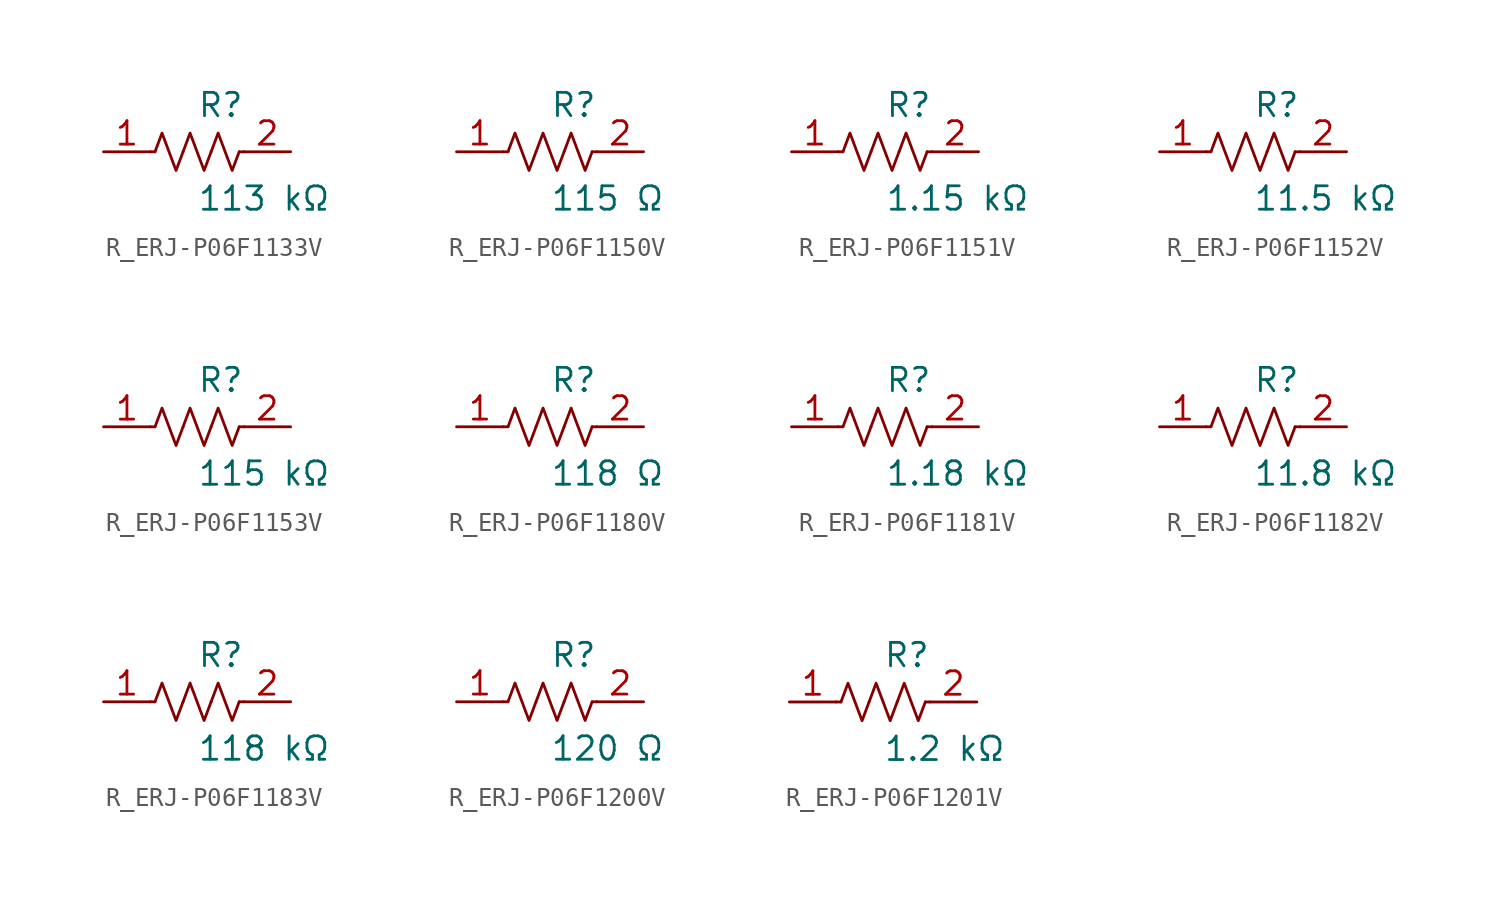
<source format=kicad_sym>
(kicad_symbol_lib
  (version 20231120)
  (generator kicad_symbol_editor)
  (generator_version 8.0)
  (symbol "R_ERJ-P06F1133V"
    (pin_names
      (offset 0.254))
    (property "Reference" "R"
      (at 0.0 2.54 0)
      (effects (font (size 1.27 1.27)) (justify left)))
    (property "Value" "113 kΩ"
      (at 0.0 -2.54 0)
      (effects (font (size 1.27 1.27)) (justify left)))
    (symbol "R_ERJ-P06F1133V_0_1"
      (polyline (pts (xy 2.286 0) (xy 2.54 0)) (stroke (width 0) (type default)) (fill (type none)))
      (polyline (pts (xy -2.286 0) (xy -2.54 0)) (stroke (width 0) (type default)) (fill (type none)))
      (polyline (pts (xy 0.762 0) (xy 1.143 1.016) (xy 1.524 0) (xy 1.905 -1.016) (xy 2.286 0)) (stroke (width 0) (type default)) (fill (type none)))
      (polyline (pts (xy -0.762 0) (xy -0.381 1.016) (xy 0 0) (xy 0.381 -1.016) (xy 0.762 0)) (stroke (width 0) (type default)) (fill (type none)))
      (polyline (pts (xy -2.286 0) (xy -1.905 1.016) (xy -1.524 0) (xy -1.143 -1.016) (xy -0.762 0)) (stroke (width 0) (type default)) (fill (type none))))
    (pin unspecified line
      (at -5.08 0 0)
      (length 2.54)
      (name "" (effects (font (size 1.27 1.27))))
      (number "1" (effects (font (size 1.27 1.27)))))
    (pin unspecified line
      (at 5.08 0 180)
      (length 2.54)
      (name "" (effects (font (size 1.27 1.27))))
      (number "2" (effects (font (size 1.27 1.27))))))
  (symbol "R_ERJ-P06F1150V"
    (pin_names
      (offset 0.254))
    (property "Reference" "R"
      (at 0.0 2.54 0)
      (effects (font (size 1.27 1.27)) (justify left)))
    (property "Value" "115 Ω"
      (at 0.0 -2.54 0)
      (effects (font (size 1.27 1.27)) (justify left)))
    (symbol "R_ERJ-P06F1150V_0_1"
      (polyline (pts (xy 2.286 0) (xy 2.54 0)) (stroke (width 0) (type default)) (fill (type none)))
      (polyline (pts (xy -2.286 0) (xy -2.54 0)) (stroke (width 0) (type default)) (fill (type none)))
      (polyline (pts (xy 0.762 0) (xy 1.143 1.016) (xy 1.524 0) (xy 1.905 -1.016) (xy 2.286 0)) (stroke (width 0) (type default)) (fill (type none)))
      (polyline (pts (xy -0.762 0) (xy -0.381 1.016) (xy 0 0) (xy 0.381 -1.016) (xy 0.762 0)) (stroke (width 0) (type default)) (fill (type none)))
      (polyline (pts (xy -2.286 0) (xy -1.905 1.016) (xy -1.524 0) (xy -1.143 -1.016) (xy -0.762 0)) (stroke (width 0) (type default)) (fill (type none))))
    (pin unspecified line
      (at -5.08 0 0)
      (length 2.54)
      (name "" (effects (font (size 1.27 1.27))))
      (number "1" (effects (font (size 1.27 1.27)))))
    (pin unspecified line
      (at 5.08 0 180)
      (length 2.54)
      (name "" (effects (font (size 1.27 1.27))))
      (number "2" (effects (font (size 1.27 1.27))))))
  (symbol "R_ERJ-P06F1151V"
    (pin_names
      (offset 0.254))
    (property "Reference" "R"
      (at 0.0 2.54 0)
      (effects (font (size 1.27 1.27)) (justify left)))
    (property "Value" "1.15 kΩ"
      (at 0.0 -2.54 0)
      (effects (font (size 1.27 1.27)) (justify left)))
    (symbol "R_ERJ-P06F1151V_0_1"
      (polyline (pts (xy 2.286 0) (xy 2.54 0)) (stroke (width 0) (type default)) (fill (type none)))
      (polyline (pts (xy -2.286 0) (xy -2.54 0)) (stroke (width 0) (type default)) (fill (type none)))
      (polyline (pts (xy 0.762 0) (xy 1.143 1.016) (xy 1.524 0) (xy 1.905 -1.016) (xy 2.286 0)) (stroke (width 0) (type default)) (fill (type none)))
      (polyline (pts (xy -0.762 0) (xy -0.381 1.016) (xy 0 0) (xy 0.381 -1.016) (xy 0.762 0)) (stroke (width 0) (type default)) (fill (type none)))
      (polyline (pts (xy -2.286 0) (xy -1.905 1.016) (xy -1.524 0) (xy -1.143 -1.016) (xy -0.762 0)) (stroke (width 0) (type default)) (fill (type none))))
    (pin unspecified line
      (at -5.08 0 0)
      (length 2.54)
      (name "" (effects (font (size 1.27 1.27))))
      (number "1" (effects (font (size 1.27 1.27)))))
    (pin unspecified line
      (at 5.08 0 180)
      (length 2.54)
      (name "" (effects (font (size 1.27 1.27))))
      (number "2" (effects (font (size 1.27 1.27))))))
  (symbol "R_ERJ-P06F1152V"
    (pin_names
      (offset 0.254))
    (property "Reference" "R"
      (at 0.0 2.54 0)
      (effects (font (size 1.27 1.27)) (justify left)))
    (property "Value" "11.5 kΩ"
      (at 0.0 -2.54 0)
      (effects (font (size 1.27 1.27)) (justify left)))
    (symbol "R_ERJ-P06F1152V_0_1"
      (polyline (pts (xy 2.286 0) (xy 2.54 0)) (stroke (width 0) (type default)) (fill (type none)))
      (polyline (pts (xy -2.286 0) (xy -2.54 0)) (stroke (width 0) (type default)) (fill (type none)))
      (polyline (pts (xy 0.762 0) (xy 1.143 1.016) (xy 1.524 0) (xy 1.905 -1.016) (xy 2.286 0)) (stroke (width 0) (type default)) (fill (type none)))
      (polyline (pts (xy -0.762 0) (xy -0.381 1.016) (xy 0 0) (xy 0.381 -1.016) (xy 0.762 0)) (stroke (width 0) (type default)) (fill (type none)))
      (polyline (pts (xy -2.286 0) (xy -1.905 1.016) (xy -1.524 0) (xy -1.143 -1.016) (xy -0.762 0)) (stroke (width 0) (type default)) (fill (type none))))
    (pin unspecified line
      (at -5.08 0 0)
      (length 2.54)
      (name "" (effects (font (size 1.27 1.27))))
      (number "1" (effects (font (size 1.27 1.27)))))
    (pin unspecified line
      (at 5.08 0 180)
      (length 2.54)
      (name "" (effects (font (size 1.27 1.27))))
      (number "2" (effects (font (size 1.27 1.27))))))
  (symbol "R_ERJ-P06F1153V"
    (pin_names
      (offset 0.254))
    (property "Reference" "R"
      (at 0.0 2.54 0)
      (effects (font (size 1.27 1.27)) (justify left)))
    (property "Value" "115 kΩ"
      (at 0.0 -2.54 0)
      (effects (font (size 1.27 1.27)) (justify left)))
    (symbol "R_ERJ-P06F1153V_0_1"
      (polyline (pts (xy 2.286 0) (xy 2.54 0)) (stroke (width 0) (type default)) (fill (type none)))
      (polyline (pts (xy -2.286 0) (xy -2.54 0)) (stroke (width 0) (type default)) (fill (type none)))
      (polyline (pts (xy 0.762 0) (xy 1.143 1.016) (xy 1.524 0) (xy 1.905 -1.016) (xy 2.286 0)) (stroke (width 0) (type default)) (fill (type none)))
      (polyline (pts (xy -0.762 0) (xy -0.381 1.016) (xy 0 0) (xy 0.381 -1.016) (xy 0.762 0)) (stroke (width 0) (type default)) (fill (type none)))
      (polyline (pts (xy -2.286 0) (xy -1.905 1.016) (xy -1.524 0) (xy -1.143 -1.016) (xy -0.762 0)) (stroke (width 0) (type default)) (fill (type none))))
    (pin unspecified line
      (at -5.08 0 0)
      (length 2.54)
      (name "" (effects (font (size 1.27 1.27))))
      (number "1" (effects (font (size 1.27 1.27)))))
    (pin unspecified line
      (at 5.08 0 180)
      (length 2.54)
      (name "" (effects (font (size 1.27 1.27))))
      (number "2" (effects (font (size 1.27 1.27))))))
  (symbol "R_ERJ-P06F1180V"
    (pin_names
      (offset 0.254))
    (property "Reference" "R"
      (at 0.0 2.54 0)
      (effects (font (size 1.27 1.27)) (justify left)))
    (property "Value" "118 Ω"
      (at 0.0 -2.54 0)
      (effects (font (size 1.27 1.27)) (justify left)))
    (symbol "R_ERJ-P06F1180V_0_1"
      (polyline (pts (xy 2.286 0) (xy 2.54 0)) (stroke (width 0) (type default)) (fill (type none)))
      (polyline (pts (xy -2.286 0) (xy -2.54 0)) (stroke (width 0) (type default)) (fill (type none)))
      (polyline (pts (xy 0.762 0) (xy 1.143 1.016) (xy 1.524 0) (xy 1.905 -1.016) (xy 2.286 0)) (stroke (width 0) (type default)) (fill (type none)))
      (polyline (pts (xy -0.762 0) (xy -0.381 1.016) (xy 0 0) (xy 0.381 -1.016) (xy 0.762 0)) (stroke (width 0) (type default)) (fill (type none)))
      (polyline (pts (xy -2.286 0) (xy -1.905 1.016) (xy -1.524 0) (xy -1.143 -1.016) (xy -0.762 0)) (stroke (width 0) (type default)) (fill (type none))))
    (pin unspecified line
      (at -5.08 0 0)
      (length 2.54)
      (name "" (effects (font (size 1.27 1.27))))
      (number "1" (effects (font (size 1.27 1.27)))))
    (pin unspecified line
      (at 5.08 0 180)
      (length 2.54)
      (name "" (effects (font (size 1.27 1.27))))
      (number "2" (effects (font (size 1.27 1.27))))))
  (symbol "R_ERJ-P06F1181V"
    (pin_names
      (offset 0.254))
    (property "Reference" "R"
      (at 0.0 2.54 0)
      (effects (font (size 1.27 1.27)) (justify left)))
    (property "Value" "1.18 kΩ"
      (at 0.0 -2.54 0)
      (effects (font (size 1.27 1.27)) (justify left)))
    (symbol "R_ERJ-P06F1181V_0_1"
      (polyline (pts (xy 2.286 0) (xy 2.54 0)) (stroke (width 0) (type default)) (fill (type none)))
      (polyline (pts (xy -2.286 0) (xy -2.54 0)) (stroke (width 0) (type default)) (fill (type none)))
      (polyline (pts (xy 0.762 0) (xy 1.143 1.016) (xy 1.524 0) (xy 1.905 -1.016) (xy 2.286 0)) (stroke (width 0) (type default)) (fill (type none)))
      (polyline (pts (xy -0.762 0) (xy -0.381 1.016) (xy 0 0) (xy 0.381 -1.016) (xy 0.762 0)) (stroke (width 0) (type default)) (fill (type none)))
      (polyline (pts (xy -2.286 0) (xy -1.905 1.016) (xy -1.524 0) (xy -1.143 -1.016) (xy -0.762 0)) (stroke (width 0) (type default)) (fill (type none))))
    (pin unspecified line
      (at -5.08 0 0)
      (length 2.54)
      (name "" (effects (font (size 1.27 1.27))))
      (number "1" (effects (font (size 1.27 1.27)))))
    (pin unspecified line
      (at 5.08 0 180)
      (length 2.54)
      (name "" (effects (font (size 1.27 1.27))))
      (number "2" (effects (font (size 1.27 1.27))))))
  (symbol "R_ERJ-P06F1182V"
    (pin_names
      (offset 0.254))
    (property "Reference" "R"
      (at 0.0 2.54 0)
      (effects (font (size 1.27 1.27)) (justify left)))
    (property "Value" "11.8 kΩ"
      (at 0.0 -2.54 0)
      (effects (font (size 1.27 1.27)) (justify left)))
    (symbol "R_ERJ-P06F1182V_0_1"
      (polyline (pts (xy 2.286 0) (xy 2.54 0)) (stroke (width 0) (type default)) (fill (type none)))
      (polyline (pts (xy -2.286 0) (xy -2.54 0)) (stroke (width 0) (type default)) (fill (type none)))
      (polyline (pts (xy 0.762 0) (xy 1.143 1.016) (xy 1.524 0) (xy 1.905 -1.016) (xy 2.286 0)) (stroke (width 0) (type default)) (fill (type none)))
      (polyline (pts (xy -0.762 0) (xy -0.381 1.016) (xy 0 0) (xy 0.381 -1.016) (xy 0.762 0)) (stroke (width 0) (type default)) (fill (type none)))
      (polyline (pts (xy -2.286 0) (xy -1.905 1.016) (xy -1.524 0) (xy -1.143 -1.016) (xy -0.762 0)) (stroke (width 0) (type default)) (fill (type none))))
    (pin unspecified line
      (at -5.08 0 0)
      (length 2.54)
      (name "" (effects (font (size 1.27 1.27))))
      (number "1" (effects (font (size 1.27 1.27)))))
    (pin unspecified line
      (at 5.08 0 180)
      (length 2.54)
      (name "" (effects (font (size 1.27 1.27))))
      (number "2" (effects (font (size 1.27 1.27))))))
  (symbol "R_ERJ-P06F1183V"
    (pin_names
      (offset 0.254))
    (property "Reference" "R"
      (at 0.0 2.54 0)
      (effects (font (size 1.27 1.27)) (justify left)))
    (property "Value" "118 kΩ"
      (at 0.0 -2.54 0)
      (effects (font (size 1.27 1.27)) (justify left)))
    (symbol "R_ERJ-P06F1183V_0_1"
      (polyline (pts (xy 2.286 0) (xy 2.54 0)) (stroke (width 0) (type default)) (fill (type none)))
      (polyline (pts (xy -2.286 0) (xy -2.54 0)) (stroke (width 0) (type default)) (fill (type none)))
      (polyline (pts (xy 0.762 0) (xy 1.143 1.016) (xy 1.524 0) (xy 1.905 -1.016) (xy 2.286 0)) (stroke (width 0) (type default)) (fill (type none)))
      (polyline (pts (xy -0.762 0) (xy -0.381 1.016) (xy 0 0) (xy 0.381 -1.016) (xy 0.762 0)) (stroke (width 0) (type default)) (fill (type none)))
      (polyline (pts (xy -2.286 0) (xy -1.905 1.016) (xy -1.524 0) (xy -1.143 -1.016) (xy -0.762 0)) (stroke (width 0) (type default)) (fill (type none))))
    (pin unspecified line
      (at -5.08 0 0)
      (length 2.54)
      (name "" (effects (font (size 1.27 1.27))))
      (number "1" (effects (font (size 1.27 1.27)))))
    (pin unspecified line
      (at 5.08 0 180)
      (length 2.54)
      (name "" (effects (font (size 1.27 1.27))))
      (number "2" (effects (font (size 1.27 1.27))))))
  (symbol "R_ERJ-P06F1200V"
    (pin_names
      (offset 0.254))
    (property "Reference" "R"
      (at 0.0 2.54 0)
      (effects (font (size 1.27 1.27)) (justify left)))
    (property "Value" "120 Ω"
      (at 0.0 -2.54 0)
      (effects (font (size 1.27 1.27)) (justify left)))
    (symbol "R_ERJ-P06F1200V_0_1"
      (polyline (pts (xy 2.286 0) (xy 2.54 0)) (stroke (width 0) (type default)) (fill (type none)))
      (polyline (pts (xy -2.286 0) (xy -2.54 0)) (stroke (width 0) (type default)) (fill (type none)))
      (polyline (pts (xy 0.762 0) (xy 1.143 1.016) (xy 1.524 0) (xy 1.905 -1.016) (xy 2.286 0)) (stroke (width 0) (type default)) (fill (type none)))
      (polyline (pts (xy -0.762 0) (xy -0.381 1.016) (xy 0 0) (xy 0.381 -1.016) (xy 0.762 0)) (stroke (width 0) (type default)) (fill (type none)))
      (polyline (pts (xy -2.286 0) (xy -1.905 1.016) (xy -1.524 0) (xy -1.143 -1.016) (xy -0.762 0)) (stroke (width 0) (type default)) (fill (type none))))
    (pin unspecified line
      (at -5.08 0 0)
      (length 2.54)
      (name "" (effects (font (size 1.27 1.27))))
      (number "1" (effects (font (size 1.27 1.27)))))
    (pin unspecified line
      (at 5.08 0 180)
      (length 2.54)
      (name "" (effects (font (size 1.27 1.27))))
      (number "2" (effects (font (size 1.27 1.27))))))
  (symbol "R_ERJ-P06F1201V"
    (pin_names
      (offset 0.254))
    (property "Reference" "R"
      (at 0.0 2.54 0)
      (effects (font (size 1.27 1.27)) (justify left)))
    (property "Value" "1.2 kΩ"
      (at 0.0 -2.54 0)
      (effects (font (size 1.27 1.27)) (justify left)))
    (symbol "R_ERJ-P06F1201V_0_1"
      (polyline (pts (xy 2.286 0) (xy 2.54 0)) (stroke (width 0) (type default)) (fill (type none)))
      (polyline (pts (xy -2.286 0) (xy -2.54 0)) (stroke (width 0) (type default)) (fill (type none)))
      (polyline (pts (xy 0.762 0) (xy 1.143 1.016) (xy 1.524 0) (xy 1.905 -1.016) (xy 2.286 0)) (stroke (width 0) (type default)) (fill (type none)))
      (polyline (pts (xy -0.762 0) (xy -0.381 1.016) (xy 0 0) (xy 0.381 -1.016) (xy 0.762 0)) (stroke (width 0) (type default)) (fill (type none)))
      (polyline (pts (xy -2.286 0) (xy -1.905 1.016) (xy -1.524 0) (xy -1.143 -1.016) (xy -0.762 0)) (stroke (width 0) (type default)) (fill (type none))))
    (pin unspecified line
      (at -5.08 0 0)
      (length 2.54)
      (name "" (effects (font (size 1.27 1.27))))
      (number "1" (effects (font (size 1.27 1.27)))))
    (pin unspecified line
      (at 5.08 0 180)
      (length 2.54)
      (name "" (effects (font (size 1.27 1.27))))
      (number "2" (effects (font (size 1.27 1.27)))))))
</source>
